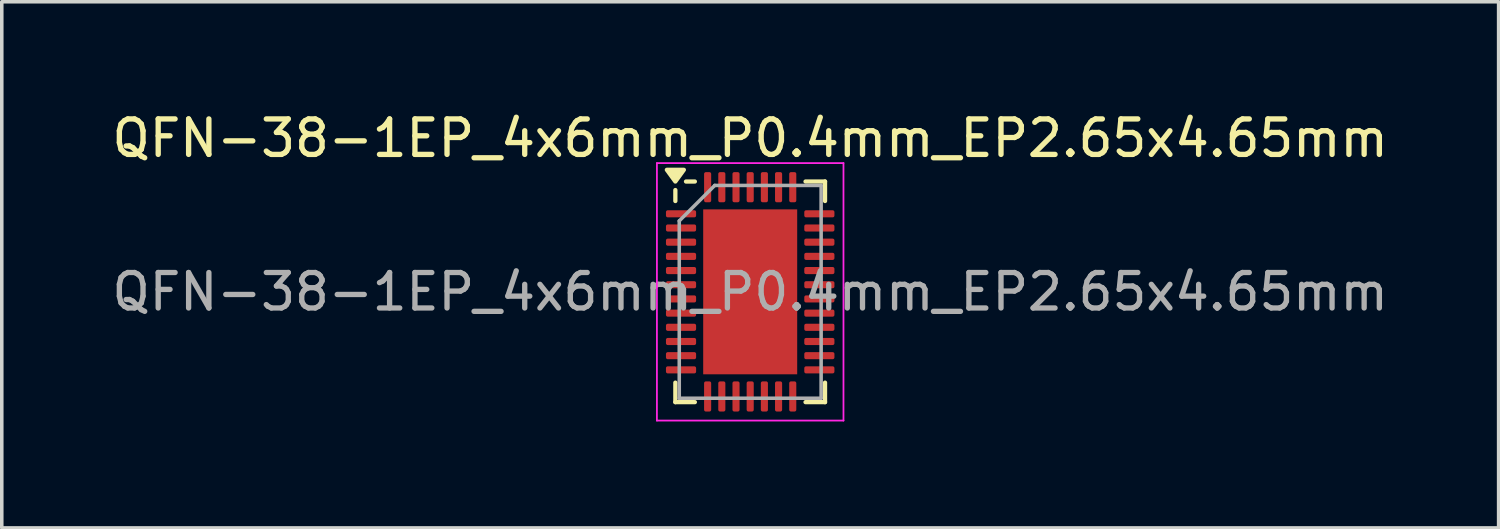
<source format=kicad_pcb>
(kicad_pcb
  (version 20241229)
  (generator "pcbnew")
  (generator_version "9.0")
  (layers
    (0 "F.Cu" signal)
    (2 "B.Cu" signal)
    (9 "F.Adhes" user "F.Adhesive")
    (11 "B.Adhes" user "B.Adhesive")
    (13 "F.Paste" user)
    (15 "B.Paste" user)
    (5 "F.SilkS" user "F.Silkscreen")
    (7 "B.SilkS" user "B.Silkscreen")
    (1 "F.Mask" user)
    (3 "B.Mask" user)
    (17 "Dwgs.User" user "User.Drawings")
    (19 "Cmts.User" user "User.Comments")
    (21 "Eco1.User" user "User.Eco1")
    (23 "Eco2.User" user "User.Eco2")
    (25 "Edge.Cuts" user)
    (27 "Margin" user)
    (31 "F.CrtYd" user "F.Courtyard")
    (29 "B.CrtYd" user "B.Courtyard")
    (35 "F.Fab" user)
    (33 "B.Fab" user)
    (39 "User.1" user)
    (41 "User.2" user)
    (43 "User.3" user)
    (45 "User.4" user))
  (footprint "QFN-38-1EP_4x6mm_P0.4mm_EP2.65x4.65mm"
    (layer "F.Cu")
    (at 18.101 5.178)
    (property "Reference" "QFN-38-1EP_4x6mm_P0.4mm_EP2.65x4.65mm" (at 0 -4.33 0) (layer "F.SilkS") (effects (font (size 1 1) (thickness 0.15))))
    (attr smd)
    (fp_line (start -2.11 -2.56) (end -2.11 -2.87) (stroke (width 0.12) (type solid)) (layer "F.SilkS"))
    (fp_line (start -2.11 3.11) (end -2.11 2.56) (stroke (width 0.12) (type solid)) (layer "F.SilkS"))
    (fp_line (start -1.56 -3.11) (end -1.81 -3.11) (stroke (width 0.12) (type solid)) (layer "F.SilkS"))
    (fp_line (start -1.56 3.11) (end -2.11 3.11) (stroke (width 0.12) (type solid)) (layer "F.SilkS"))
    (fp_line (start 1.56 -3.11) (end 2.11 -3.11) (stroke (width 0.12) (type solid)) (layer "F.SilkS"))
    (fp_line (start 1.56 3.11) (end 2.11 3.11) (stroke (width 0.12) (type solid)) (layer "F.SilkS"))
    (fp_line (start 2.11 -3.11) (end 2.11 -2.56) (stroke (width 0.12) (type solid)) (layer "F.SilkS"))
    (fp_line (start 2.11 3.11) (end 2.11 2.56) (stroke (width 0.12) (type solid)) (layer "F.SilkS"))
    (fp_poly (pts (xy -2.11 -3.11) (xy -2.35 -3.44) (xy -1.87 -3.44) (xy -2.11 -3.11)) (stroke (width 0.12) (type solid)) (fill yes) (layer "F.SilkS"))
    (fp_line (start -2.63 -3.63) (end -2.63 3.63) (stroke (width 0.05) (type solid)) (layer "F.CrtYd"))
    (fp_line (start -2.63 3.63) (end 2.63 3.63) (stroke (width 0.05) (type solid)) (layer "F.CrtYd"))
    (fp_line (start 2.63 -3.63) (end -2.63 -3.63) (stroke (width 0.05) (type solid)) (layer "F.CrtYd"))
    (fp_line (start 2.63 3.63) (end 2.63 -3.63) (stroke (width 0.05) (type solid)) (layer "F.CrtYd"))
    (fp_line (start -2 -2) (end -1 -3) (stroke (width 0.1) (type solid)) (layer "F.Fab"))
    (fp_line (start -2 3) (end -2 -2) (stroke (width 0.1) (type solid)) (layer "F.Fab"))
    (fp_line (start -1 -3) (end 2 -3) (stroke (width 0.1) (type solid)) (layer "F.Fab"))
    (fp_line (start 2 -3) (end 2 3) (stroke (width 0.1) (type solid)) (layer "F.Fab"))
    (fp_line (start 2 3) (end -2 3) (stroke (width 0.1) (type solid)) (layer "F.Fab"))
    (fp_text user "${REFERENCE}" (at 0 0 0) (layer "F.Fab") (effects (font (size 1 1) (thickness 0.15))))
    (pad "" smd roundrect (at -0.66 -1.74) (size 1.07 0.94) (layers "F.Paste") (roundrect_rratio 0.25))
    (pad "" smd roundrect (at -0.66 -0.58) (size 1.07 0.94) (layers "F.Paste") (roundrect_rratio 0.25))
    (pad "" smd roundrect (at -0.66 0.58) (size 1.07 0.94) (layers "F.Paste") (roundrect_rratio 0.25))
    (pad "" smd roundrect (at -0.66 1.74) (size 1.07 0.94) (layers "F.Paste") (roundrect_rratio 0.25))
    (pad "" smd roundrect (at 0.66 -1.74) (size 1.07 0.94) (layers "F.Paste") (roundrect_rratio 0.25))
    (pad "" smd roundrect (at 0.66 -0.58) (size 1.07 0.94) (layers "F.Paste") (roundrect_rratio 0.25))
    (pad "" smd roundrect (at 0.66 0.58) (size 1.07 0.94) (layers "F.Paste") (roundrect_rratio 0.25))
    (pad "" smd roundrect (at 0.66 1.74) (size 1.07 0.94) (layers "F.Paste") (roundrect_rratio 0.25))
    (pad "1" smd roundrect (at -1.95 -2.2) (size 0.85 0.2) (layers "F.Cu" "F.Mask" "F.Paste") (roundrect_rratio 0.25))
    (pad "2" smd roundrect (at -1.95 -1.8) (size 0.85 0.2) (layers "F.Cu" "F.Mask" "F.Paste") (roundrect_rratio 0.25))
    (pad "3" smd roundrect (at -1.95 -1.4) (size 0.85 0.2) (layers "F.Cu" "F.Mask" "F.Paste") (roundrect_rratio 0.25))
    (pad "4" smd roundrect (at -1.95 -1) (size 0.85 0.2) (layers "F.Cu" "F.Mask" "F.Paste") (roundrect_rratio 0.25))
    (pad "5" smd roundrect (at -1.95 -0.6) (size 0.85 0.2) (layers "F.Cu" "F.Mask" "F.Paste") (roundrect_rratio 0.25))
    (pad "6" smd roundrect (at -1.95 -0.2) (size 0.85 0.2) (layers "F.Cu" "F.Mask" "F.Paste") (roundrect_rratio 0.25))
    (pad "7" smd roundrect (at -1.95 0.2) (size 0.85 0.2) (layers "F.Cu" "F.Mask" "F.Paste") (roundrect_rratio 0.25))
    (pad "8" smd roundrect (at -1.95 0.6) (size 0.85 0.2) (layers "F.Cu" "F.Mask" "F.Paste") (roundrect_rratio 0.25))
    (pad "9" smd roundrect (at -1.95 1) (size 0.85 0.2) (layers "F.Cu" "F.Mask" "F.Paste") (roundrect_rratio 0.25))
    (pad "10" smd roundrect (at -1.95 1.4) (size 0.85 0.2) (layers "F.Cu" "F.Mask" "F.Paste") (roundrect_rratio 0.25))
    (pad "11" smd roundrect (at -1.95 1.8) (size 0.85 0.2) (layers "F.Cu" "F.Mask" "F.Paste") (roundrect_rratio 0.25))
    (pad "12" smd roundrect (at -1.95 2.2) (size 0.85 0.2) (layers "F.Cu" "F.Mask" "F.Paste") (roundrect_rratio 0.25))
    (pad "13" smd roundrect (at -1.2 2.95) (size 0.2 0.85) (layers "F.Cu" "F.Mask" "F.Paste") (roundrect_rratio 0.25))
    (pad "14" smd roundrect (at -0.8 2.95) (size 0.2 0.85) (layers "F.Cu" "F.Mask" "F.Paste") (roundrect_rratio 0.25))
    (pad "15" smd roundrect (at -0.4 2.95) (size 0.2 0.85) (layers "F.Cu" "F.Mask" "F.Paste") (roundrect_rratio 0.25))
    (pad "16" smd roundrect (at 0 2.95) (size 0.2 0.85) (layers "F.Cu" "F.Mask" "F.Paste") (roundrect_rratio 0.25))
    (pad "17" smd roundrect (at 0.4 2.95) (size 0.2 0.85) (layers "F.Cu" "F.Mask" "F.Paste") (roundrect_rratio 0.25))
    (pad "18" smd roundrect (at 0.8 2.95) (size 0.2 0.85) (layers "F.Cu" "F.Mask" "F.Paste") (roundrect_rratio 0.25))
    (pad "19" smd roundrect (at 1.2 2.95) (size 0.2 0.85) (layers "F.Cu" "F.Mask" "F.Paste") (roundrect_rratio 0.25))
    (pad "20" smd roundrect (at 1.95 2.2) (size 0.85 0.2) (layers "F.Cu" "F.Mask" "F.Paste") (roundrect_rratio 0.25))
    (pad "21" smd roundrect (at 1.95 1.8) (size 0.85 0.2) (layers "F.Cu" "F.Mask" "F.Paste") (roundrect_rratio 0.25))
    (pad "22" smd roundrect (at 1.95 1.4) (size 0.85 0.2) (layers "F.Cu" "F.Mask" "F.Paste") (roundrect_rratio 0.25))
    (pad "23" smd roundrect (at 1.95 1) (size 0.85 0.2) (layers "F.Cu" "F.Mask" "F.Paste") (roundrect_rratio 0.25))
    (pad "24" smd roundrect (at 1.95 0.6) (size 0.85 0.2) (layers "F.Cu" "F.Mask" "F.Paste") (roundrect_rratio 0.25))
    (pad "25" smd roundrect (at 1.95 0.2) (size 0.85 0.2) (layers "F.Cu" "F.Mask" "F.Paste") (roundrect_rratio 0.25))
    (pad "26" smd roundrect (at 1.95 -0.2) (size 0.85 0.2) (layers "F.Cu" "F.Mask" "F.Paste") (roundrect_rratio 0.25))
    (pad "27" smd roundrect (at 1.95 -0.6) (size 0.85 0.2) (layers "F.Cu" "F.Mask" "F.Paste") (roundrect_rratio 0.25))
    (pad "28" smd roundrect (at 1.95 -1) (size 0.85 0.2) (layers "F.Cu" "F.Mask" "F.Paste") (roundrect_rratio 0.25))
    (pad "29" smd roundrect (at 1.95 -1.4) (size 0.85 0.2) (layers "F.Cu" "F.Mask" "F.Paste") (roundrect_rratio 0.25))
    (pad "30" smd roundrect (at 1.95 -1.8) (size 0.85 0.2) (layers "F.Cu" "F.Mask" "F.Paste") (roundrect_rratio 0.25))
    (pad "31" smd roundrect (at 1.95 -2.2) (size 0.85 0.2) (layers "F.Cu" "F.Mask" "F.Paste") (roundrect_rratio 0.25))
    (pad "32" smd roundrect (at 1.2 -2.95) (size 0.2 0.85) (layers "F.Cu" "F.Mask" "F.Paste") (roundrect_rratio 0.25))
    (pad "33" smd roundrect (at 0.8 -2.95) (size 0.2 0.85) (layers "F.Cu" "F.Mask" "F.Paste") (roundrect_rratio 0.25))
    (pad "34" smd roundrect (at 0.4 -2.95) (size 0.2 0.85) (layers "F.Cu" "F.Mask" "F.Paste") (roundrect_rratio 0.25))
    (pad "35" smd roundrect (at 0 -2.95) (size 0.2 0.85) (layers "F.Cu" "F.Mask" "F.Paste") (roundrect_rratio 0.25))
    (pad "36" smd roundrect (at -0.4 -2.95) (size 0.2 0.85) (layers "F.Cu" "F.Mask" "F.Paste") (roundrect_rratio 0.25))
    (pad "37" smd roundrect (at -0.8 -2.95) (size 0.2 0.85) (layers "F.Cu" "F.Mask" "F.Paste") (roundrect_rratio 0.25))
    (pad "38" smd roundrect (at -1.2 -2.95) (size 0.2 0.85) (layers "F.Cu" "F.Mask" "F.Paste") (roundrect_rratio 0.25))
    (pad "39" smd rect (at 0 0) (size 2.65 4.65) (property pad_prop_heatsink) (layers "F.Cu" "F.Mask")))
  (gr_rect
    (start -3 -3)
    (end 39.202 11.833)
    (stroke (width 0.1) (type default))
    (fill no)
    (layer "Edge.Cuts")))
</source>
